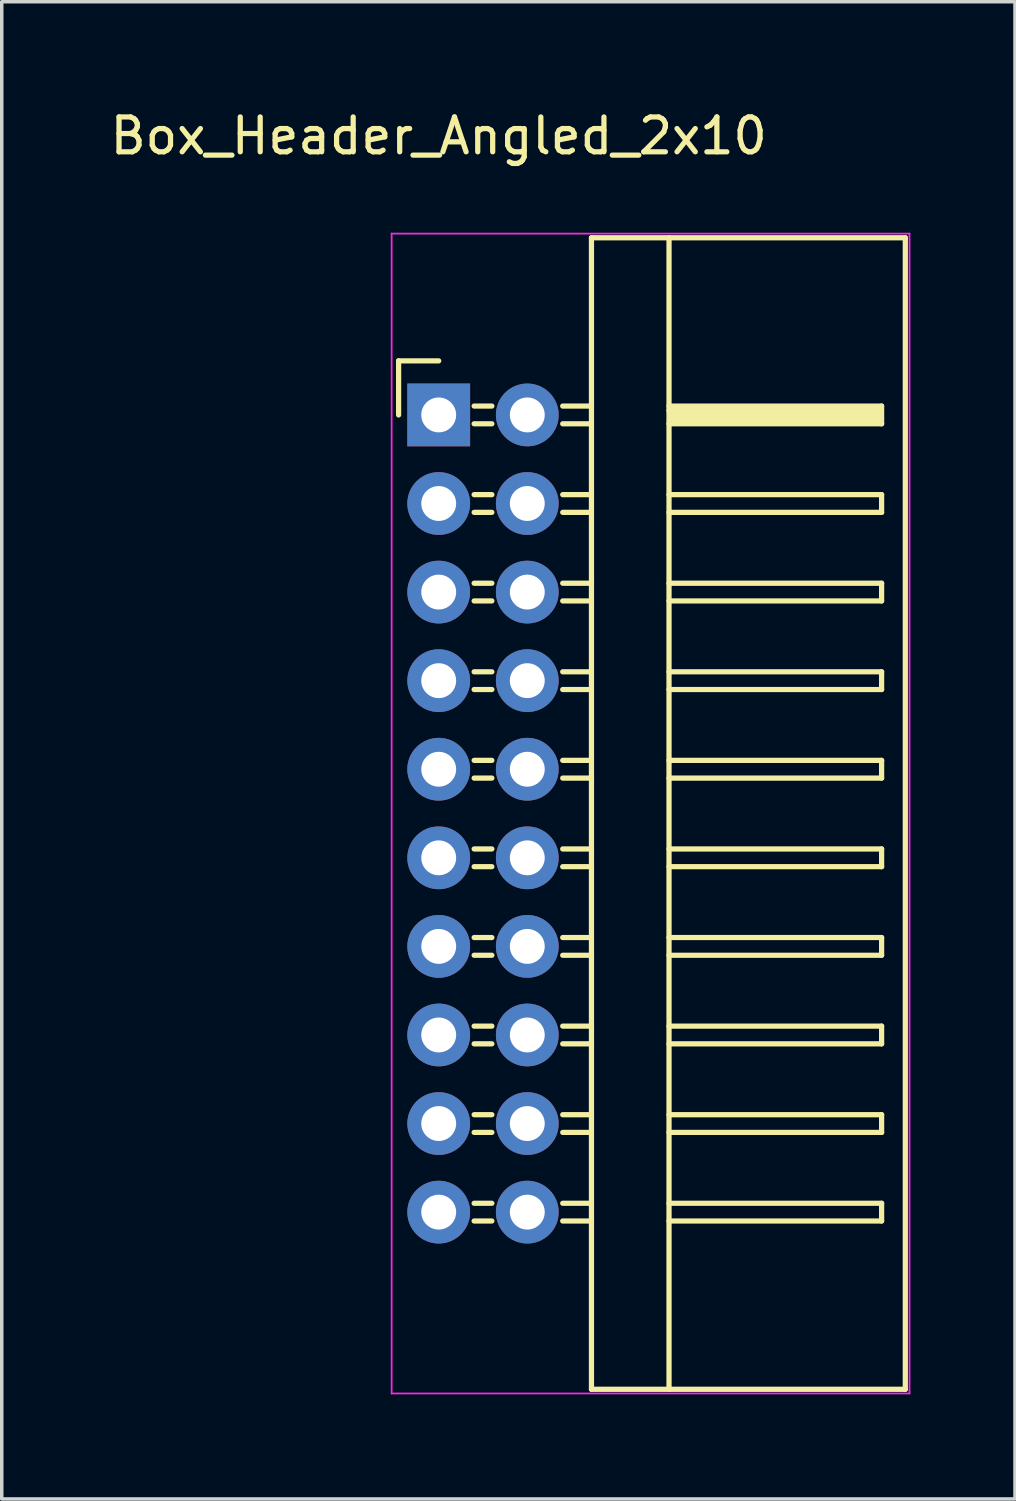
<source format=kicad_pcb>
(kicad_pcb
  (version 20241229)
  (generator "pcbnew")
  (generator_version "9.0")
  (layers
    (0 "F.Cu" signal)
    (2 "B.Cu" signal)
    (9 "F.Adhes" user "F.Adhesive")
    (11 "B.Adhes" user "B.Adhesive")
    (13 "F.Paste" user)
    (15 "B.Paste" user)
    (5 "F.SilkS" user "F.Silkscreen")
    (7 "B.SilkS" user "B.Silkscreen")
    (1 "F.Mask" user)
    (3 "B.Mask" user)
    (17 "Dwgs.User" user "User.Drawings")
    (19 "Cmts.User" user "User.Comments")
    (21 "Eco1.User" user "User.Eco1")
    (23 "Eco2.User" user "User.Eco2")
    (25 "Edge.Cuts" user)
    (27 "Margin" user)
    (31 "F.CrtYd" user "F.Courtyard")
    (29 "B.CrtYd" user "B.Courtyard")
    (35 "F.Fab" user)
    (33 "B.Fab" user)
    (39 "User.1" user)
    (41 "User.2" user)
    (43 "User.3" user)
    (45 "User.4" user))
  (footprint "Box_Header_Angled_2x10"
    (layer "F.Cu")
    (at 9.53 8.848)
    (property "Reference" "Box_Header_Angled_2x10" (at 0 -8 0) (layer "F.SilkS") (effects (font (size 1 1) (thickness 0.15))))
    (attr through_hole)
    (fp_line (start -1.15 -1.55) (end -1.15 0) (stroke (width 0.15) (type solid)) (layer "F.SilkS"))
    (fp_line (start 0 -1.55) (end -1.15 -1.55) (stroke (width 0.15) (type solid)) (layer "F.SilkS"))
    (fp_line (start 1.524 -0.254) (end 1.016 -0.254) (stroke (width 0.15) (type solid)) (layer "F.SilkS"))
    (fp_line (start 1.524 0.254) (end 1.016 0.254) (stroke (width 0.15) (type solid)) (layer "F.SilkS"))
    (fp_line (start 1.524 2.286) (end 1.016 2.286) (stroke (width 0.15) (type solid)) (layer "F.SilkS"))
    (fp_line (start 1.524 2.794) (end 1.016 2.794) (stroke (width 0.15) (type solid)) (layer "F.SilkS"))
    (fp_line (start 1.524 4.826) (end 1.016 4.826) (stroke (width 0.15) (type solid)) (layer "F.SilkS"))
    (fp_line (start 1.524 5.334) (end 1.016 5.334) (stroke (width 0.15) (type solid)) (layer "F.SilkS"))
    (fp_line (start 1.524 7.366) (end 1.016 7.366) (stroke (width 0.15) (type solid)) (layer "F.SilkS"))
    (fp_line (start 1.524 7.874) (end 1.016 7.874) (stroke (width 0.15) (type solid)) (layer "F.SilkS"))
    (fp_line (start 1.524 9.906) (end 1.016 9.906) (stroke (width 0.15) (type solid)) (layer "F.SilkS"))
    (fp_line (start 1.524 10.414) (end 1.016 10.414) (stroke (width 0.15) (type solid)) (layer "F.SilkS"))
    (fp_line (start 1.524 12.446) (end 1.016 12.446) (stroke (width 0.15) (type solid)) (layer "F.SilkS"))
    (fp_line (start 1.524 12.954) (end 1.016 12.954) (stroke (width 0.15) (type solid)) (layer "F.SilkS"))
    (fp_line (start 1.524 14.986) (end 1.016 14.986) (stroke (width 0.15) (type solid)) (layer "F.SilkS"))
    (fp_line (start 1.524 15.494) (end 1.016 15.494) (stroke (width 0.15) (type solid)) (layer "F.SilkS"))
    (fp_line (start 1.524 17.526) (end 1.016 17.526) (stroke (width 0.15) (type solid)) (layer "F.SilkS"))
    (fp_line (start 1.524 18.034) (end 1.016 18.034) (stroke (width 0.15) (type solid)) (layer "F.SilkS"))
    (fp_line (start 1.524 20.066) (end 1.016 20.066) (stroke (width 0.15) (type solid)) (layer "F.SilkS"))
    (fp_line (start 1.524 20.574) (end 1.016 20.574) (stroke (width 0.15) (type solid)) (layer "F.SilkS"))
    (fp_line (start 1.524 22.606) (end 1.016 22.606) (stroke (width 0.15) (type solid)) (layer "F.SilkS"))
    (fp_line (start 1.524 23.114) (end 1.016 23.114) (stroke (width 0.15) (type solid)) (layer "F.SilkS"))
    (fp_line (start 4.38 -5.08) (end 4.38 27.94) (stroke (width 0.15) (type solid)) (layer "F.SilkS"))
    (fp_line (start 4.38 -5.08) (end 13.38 -5.08) (stroke (width 0.15) (type solid)) (layer "F.SilkS"))
    (fp_line (start 4.38 -0.254) (end 3.556 -0.254) (stroke (width 0.15) (type solid)) (layer "F.SilkS"))
    (fp_line (start 4.38 0.254) (end 3.556 0.254) (stroke (width 0.15) (type solid)) (layer "F.SilkS"))
    (fp_line (start 4.38 2.286) (end 3.556 2.286) (stroke (width 0.15) (type solid)) (layer "F.SilkS"))
    (fp_line (start 4.38 2.794) (end 3.556 2.794) (stroke (width 0.15) (type solid)) (layer "F.SilkS"))
    (fp_line (start 4.38 4.826) (end 3.556 4.826) (stroke (width 0.15) (type solid)) (layer "F.SilkS"))
    (fp_line (start 4.38 5.334) (end 3.556 5.334) (stroke (width 0.15) (type solid)) (layer "F.SilkS"))
    (fp_line (start 4.38 7.366) (end 3.556 7.366) (stroke (width 0.15) (type solid)) (layer "F.SilkS"))
    (fp_line (start 4.38 7.874) (end 3.556 7.874) (stroke (width 0.15) (type solid)) (layer "F.SilkS"))
    (fp_line (start 4.38 9.906) (end 3.556 9.906) (stroke (width 0.15) (type solid)) (layer "F.SilkS"))
    (fp_line (start 4.38 10.414) (end 3.556 10.414) (stroke (width 0.15) (type solid)) (layer "F.SilkS"))
    (fp_line (start 4.38 12.446) (end 3.556 12.446) (stroke (width 0.15) (type solid)) (layer "F.SilkS"))
    (fp_line (start 4.38 12.954) (end 3.556 12.954) (stroke (width 0.15) (type solid)) (layer "F.SilkS"))
    (fp_line (start 4.38 14.986) (end 3.556 14.986) (stroke (width 0.15) (type solid)) (layer "F.SilkS"))
    (fp_line (start 4.38 15.494) (end 3.556 15.494) (stroke (width 0.15) (type solid)) (layer "F.SilkS"))
    (fp_line (start 4.38 17.526) (end 3.556 17.526) (stroke (width 0.15) (type solid)) (layer "F.SilkS"))
    (fp_line (start 4.38 18.034) (end 3.556 18.034) (stroke (width 0.15) (type solid)) (layer "F.SilkS"))
    (fp_line (start 4.38 20.066) (end 3.556 20.066) (stroke (width 0.15) (type solid)) (layer "F.SilkS"))
    (fp_line (start 4.38 20.574) (end 3.556 20.574) (stroke (width 0.15) (type solid)) (layer "F.SilkS"))
    (fp_line (start 4.38 22.606) (end 3.556 22.606) (stroke (width 0.15) (type solid)) (layer "F.SilkS"))
    (fp_line (start 4.38 23.114) (end 3.556 23.114) (stroke (width 0.15) (type solid)) (layer "F.SilkS"))
    (fp_line (start 4.38 27.94) (end 13.38 27.94) (stroke (width 0.15) (type solid)) (layer "F.SilkS"))
    (fp_line (start 6.604 -5.08) (end 6.604 27.94) (stroke (width 0.15) (type solid)) (layer "F.SilkS"))
    (fp_line (start 6.604 -0.254) (end 12.7 -0.254) (stroke (width 0.15) (type solid)) (layer "F.SilkS"))
    (fp_line (start 6.604 -0.127) (end 12.573 -0.127) (stroke (width 0.15) (type solid)) (layer "F.SilkS"))
    (fp_line (start 6.604 2.286) (end 12.7 2.286) (stroke (width 0.15) (type solid)) (layer "F.SilkS"))
    (fp_line (start 6.604 4.826) (end 12.7 4.826) (stroke (width 0.15) (type solid)) (layer "F.SilkS"))
    (fp_line (start 6.604 7.366) (end 12.7 7.366) (stroke (width 0.15) (type solid)) (layer "F.SilkS"))
    (fp_line (start 6.604 9.906) (end 12.7 9.906) (stroke (width 0.15) (type solid)) (layer "F.SilkS"))
    (fp_line (start 6.604 12.446) (end 12.7 12.446) (stroke (width 0.15) (type solid)) (layer "F.SilkS"))
    (fp_line (start 6.604 14.986) (end 12.7 14.986) (stroke (width 0.15) (type solid)) (layer "F.SilkS"))
    (fp_line (start 6.604 17.526) (end 12.7 17.526) (stroke (width 0.15) (type solid)) (layer "F.SilkS"))
    (fp_line (start 6.604 20.066) (end 12.7 20.066) (stroke (width 0.15) (type solid)) (layer "F.SilkS"))
    (fp_line (start 6.604 22.606) (end 12.7 22.606) (stroke (width 0.15) (type solid)) (layer "F.SilkS"))
    (fp_line (start 6.731 0) (end 12.573 0) (stroke (width 0.15) (type solid)) (layer "F.SilkS"))
    (fp_line (start 6.731 0.127) (end 6.731 0) (stroke (width 0.15) (type solid)) (layer "F.SilkS"))
    (fp_line (start 12.573 -0.127) (end 12.573 0.127) (stroke (width 0.15) (type solid)) (layer "F.SilkS"))
    (fp_line (start 12.573 0.127) (end 6.731 0.127) (stroke (width 0.15) (type solid)) (layer "F.SilkS"))
    (fp_line (start 12.7 -0.254) (end 12.7 0.254) (stroke (width 0.15) (type solid)) (layer "F.SilkS"))
    (fp_line (start 12.7 0.254) (end 6.604 0.254) (stroke (width 0.15) (type solid)) (layer "F.SilkS"))
    (fp_line (start 12.7 2.286) (end 12.7 2.794) (stroke (width 0.15) (type solid)) (layer "F.SilkS"))
    (fp_line (start 12.7 2.794) (end 6.604 2.794) (stroke (width 0.15) (type solid)) (layer "F.SilkS"))
    (fp_line (start 12.7 4.826) (end 12.7 5.334) (stroke (width 0.15) (type solid)) (layer "F.SilkS"))
    (fp_line (start 12.7 5.334) (end 6.604 5.334) (stroke (width 0.15) (type solid)) (layer "F.SilkS"))
    (fp_line (start 12.7 7.366) (end 12.7 7.874) (stroke (width 0.15) (type solid)) (layer "F.SilkS"))
    (fp_line (start 12.7 7.874) (end 6.604 7.874) (stroke (width 0.15) (type solid)) (layer "F.SilkS"))
    (fp_line (start 12.7 9.906) (end 12.7 10.414) (stroke (width 0.15) (type solid)) (layer "F.SilkS"))
    (fp_line (start 12.7 10.414) (end 6.604 10.414) (stroke (width 0.15) (type solid)) (layer "F.SilkS"))
    (fp_line (start 12.7 12.446) (end 12.7 12.954) (stroke (width 0.15) (type solid)) (layer "F.SilkS"))
    (fp_line (start 12.7 12.954) (end 6.604 12.954) (stroke (width 0.15) (type solid)) (layer "F.SilkS"))
    (fp_line (start 12.7 14.986) (end 12.7 15.494) (stroke (width 0.15) (type solid)) (layer "F.SilkS"))
    (fp_line (start 12.7 15.494) (end 6.604 15.494) (stroke (width 0.15) (type solid)) (layer "F.SilkS"))
    (fp_line (start 12.7 17.526) (end 12.7 18.034) (stroke (width 0.15) (type solid)) (layer "F.SilkS"))
    (fp_line (start 12.7 18.034) (end 6.604 18.034) (stroke (width 0.15) (type solid)) (layer "F.SilkS"))
    (fp_line (start 12.7 20.066) (end 12.7 20.574) (stroke (width 0.15) (type solid)) (layer "F.SilkS"))
    (fp_line (start 12.7 20.574) (end 6.604 20.574) (stroke (width 0.15) (type solid)) (layer "F.SilkS"))
    (fp_line (start 12.7 22.606) (end 12.7 23.114) (stroke (width 0.15) (type solid)) (layer "F.SilkS"))
    (fp_line (start 12.7 23.114) (end 6.604 23.114) (stroke (width 0.15) (type solid)) (layer "F.SilkS"))
    (fp_line (start 13.38 -5.08) (end 13.38 27.94) (stroke (width 0.15) (type solid)) (layer "F.SilkS"))
    (fp_line (start -1.35 -5.2) (end -1.35 28.06) (stroke (width 0.05) (type solid)) (layer "F.CrtYd"))
    (fp_line (start -1.35 -5.2) (end 13.5 -5.2) (stroke (width 0.05) (type solid)) (layer "F.CrtYd"))
    (fp_line (start -1.35 28.06) (end 13.5 28.06) (stroke (width 0.05) (type solid)) (layer "F.CrtYd"))
    (fp_line (start 13.5 -5.2) (end 13.5 28.06) (stroke (width 0.05) (type solid)) (layer "F.CrtYd"))
    (pad "1" thru_hole rect (at 0 0) (size 1.8 1.8) (drill 1) (layers "*.Cu" "*.Mask"))
    (pad "2" thru_hole oval (at 2.54 0) (size 1.8 1.8) (drill 1) (layers "*.Cu" "*.Mask"))
    (pad "3" thru_hole oval (at 0 2.54) (size 1.8 1.8) (drill 1) (layers "*.Cu" "*.Mask"))
    (pad "4" thru_hole oval (at 2.54 2.54) (size 1.8 1.8) (drill 1) (layers "*.Cu" "*.Mask"))
    (pad "5" thru_hole oval (at 0 5.08) (size 1.8 1.8) (drill 1) (layers "*.Cu" "*.Mask"))
    (pad "6" thru_hole oval (at 2.54 5.08) (size 1.8 1.8) (drill 1) (layers "*.Cu" "*.Mask"))
    (pad "7" thru_hole oval (at 0 7.62) (size 1.8 1.8) (drill 1) (layers "*.Cu" "*.Mask"))
    (pad "8" thru_hole oval (at 2.54 7.62) (size 1.8 1.8) (drill 1) (layers "*.Cu" "*.Mask"))
    (pad "9" thru_hole oval (at 0 10.16) (size 1.8 1.8) (drill 1) (layers "*.Cu" "*.Mask"))
    (pad "10" thru_hole oval (at 2.54 10.16) (size 1.8 1.8) (drill 1) (layers "*.Cu" "*.Mask"))
    (pad "11" thru_hole oval (at 0 12.7) (size 1.8 1.8) (drill 1) (layers "*.Cu" "*.Mask"))
    (pad "12" thru_hole oval (at 2.54 12.7) (size 1.8 1.8) (drill 1) (layers "*.Cu" "*.Mask"))
    (pad "13" thru_hole oval (at 0 15.24) (size 1.8 1.8) (drill 1) (layers "*.Cu" "*.Mask"))
    (pad "14" thru_hole oval (at 2.54 15.24) (size 1.8 1.8) (drill 1) (layers "*.Cu" "*.Mask"))
    (pad "15" thru_hole oval (at 0 17.78) (size 1.8 1.8) (drill 1) (layers "*.Cu" "*.Mask"))
    (pad "16" thru_hole oval (at 2.54 17.78) (size 1.8 1.8) (drill 1) (layers "*.Cu" "*.Mask"))
    (pad "17" thru_hole oval (at 0 20.32) (size 1.8 1.8) (drill 1) (layers "*.Cu" "*.Mask"))
    (pad "18" thru_hole oval (at 2.54 20.32) (size 1.8 1.8) (drill 1) (layers "*.Cu" "*.Mask"))
    (pad "19" thru_hole oval (at 0 22.86) (size 1.8 1.8) (drill 1) (layers "*.Cu" "*.Mask"))
    (pad "20" thru_hole oval (at 2.54 22.86) (size 1.8 1.8) (drill 1) (layers "*.Cu" "*.Mask")))
  (gr_rect
    (start -3 -3)
    (end 26.055 39.933)
    (stroke (width 0.1) (type default))
    (fill no)
    (layer "Edge.Cuts")))
</source>
